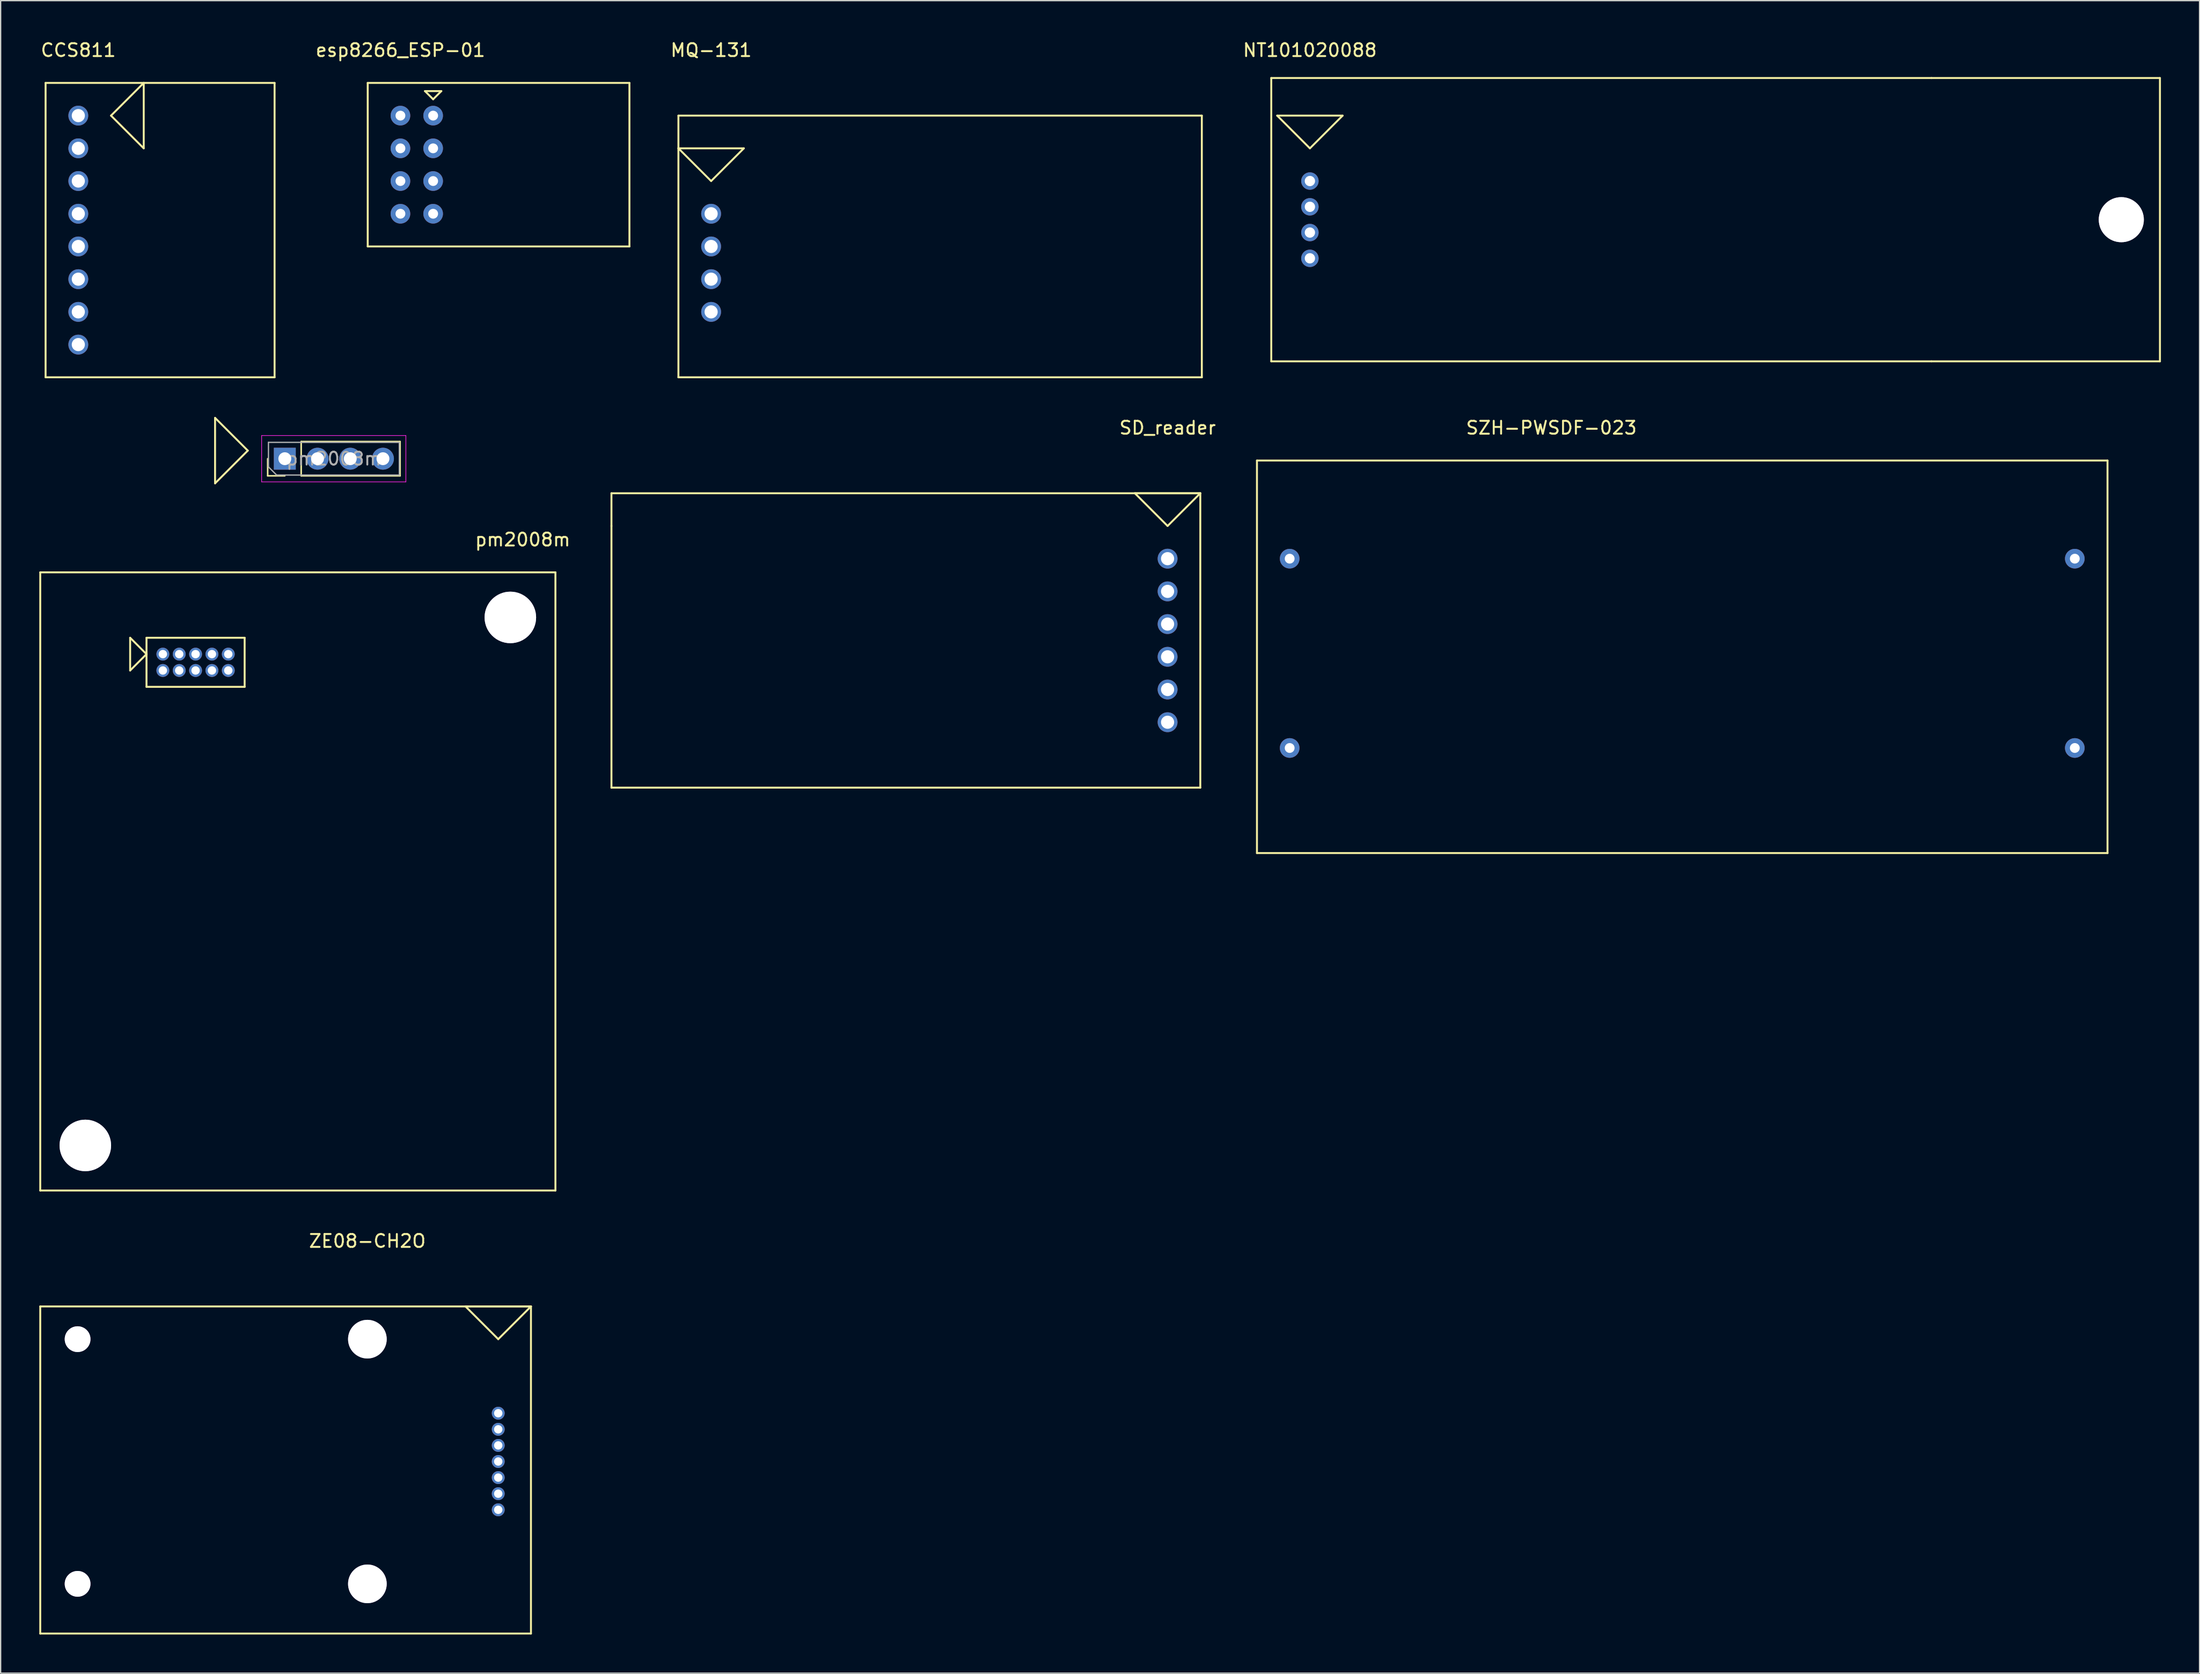
<source format=kicad_pcb>
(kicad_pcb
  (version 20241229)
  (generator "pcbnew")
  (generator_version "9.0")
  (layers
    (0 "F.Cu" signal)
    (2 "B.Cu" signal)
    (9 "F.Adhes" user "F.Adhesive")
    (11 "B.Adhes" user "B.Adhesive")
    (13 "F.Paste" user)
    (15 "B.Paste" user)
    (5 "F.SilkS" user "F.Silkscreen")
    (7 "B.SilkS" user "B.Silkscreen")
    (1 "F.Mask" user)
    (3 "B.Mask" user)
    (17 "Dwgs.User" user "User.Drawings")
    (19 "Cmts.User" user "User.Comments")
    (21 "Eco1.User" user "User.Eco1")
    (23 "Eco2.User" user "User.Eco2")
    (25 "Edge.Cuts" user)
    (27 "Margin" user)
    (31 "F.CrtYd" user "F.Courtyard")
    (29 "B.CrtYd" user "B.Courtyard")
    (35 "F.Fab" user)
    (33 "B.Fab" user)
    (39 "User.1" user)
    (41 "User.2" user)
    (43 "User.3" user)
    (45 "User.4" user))
  (footprint "SD_reader"
    (layer "F.Cu")
    (at 87.605 40.331)
    (property "Reference" "SD_reader" (at 0 -10.16 0) (layer "F.SilkS") (effects (font (size 1 1) (thickness 0.15))))
    (attr through_hole)
    (fp_line (start -43.18 -5.08) (end 2.54 -5.08) (stroke (width 0.15) (type solid)) (layer "F.SilkS"))
    (fp_line (start -43.18 -2.54) (end -43.18 -5.08) (stroke (width 0.15) (type solid)) (layer "F.SilkS"))
    (fp_line (start -43.18 17.78) (end -43.18 -2.54) (stroke (width 0.15) (type solid)) (layer "F.SilkS"))
    (fp_line (start -2.54 -5.08) (end 0 -2.54) (stroke (width 0.15) (type solid)) (layer "F.SilkS"))
    (fp_line (start 0 -2.54) (end 2.54 -5.08) (stroke (width 0.15) (type solid)) (layer "F.SilkS"))
    (fp_line (start 2.54 -5.08) (end -2.54 -5.08) (stroke (width 0.15) (type solid)) (layer "F.SilkS"))
    (fp_line (start 2.54 -5.08) (end 2.54 17.78) (stroke (width 0.15) (type solid)) (layer "F.SilkS"))
    (fp_line (start 2.54 17.78) (end -43.18 17.78) (stroke (width 0.15) (type solid)) (layer "F.SilkS"))
    (pad "1" thru_hole circle (at 0 0) (size 1.54 1.54) (drill 1.02) (layers "*.Cu" "*.Mask"))
    (pad "2" thru_hole circle (at 0 2.54) (size 1.54 1.54) (drill 1.02) (layers "*.Cu" "*.Mask"))
    (pad "3" thru_hole circle (at 0 5.08) (size 1.54 1.54) (drill 1.02) (layers "*.Cu" "*.Mask"))
    (pad "4" thru_hole circle (at 0 7.62) (size 1.54 1.54) (drill 1.02) (layers "*.Cu" "*.Mask"))
    (pad "5" thru_hole circle (at 0 10.16) (size 1.54 1.54) (drill 1.02) (layers "*.Cu" "*.Mask"))
    (pad "6" thru_hole circle (at 0 12.7) (size 1.54 1.54) (drill 1.02) (layers "*.Cu" "*.Mask")))
  (footprint "CCS811"
    (layer "F.Cu")
    (at 3.03 5.928)
    (property "Reference" "CCS811" (at 0 -5.08 0) (layer "F.SilkS") (effects (font (size 1 1) (thickness 0.15))))
    (attr through_hole)
    (fp_line (start -2.54 -2.54) (end 15.24 -2.54) (stroke (width 0.15) (type solid)) (layer "F.SilkS"))
    (fp_line (start -2.54 20.32) (end -2.54 -2.54) (stroke (width 0.15) (type solid)) (layer "F.SilkS"))
    (fp_line (start 2.54 0) (end 5.08 -2.54) (stroke (width 0.15) (type solid)) (layer "F.SilkS"))
    (fp_line (start 5.08 -2.54) (end 5.08 2.54) (stroke (width 0.15) (type solid)) (layer "F.SilkS"))
    (fp_line (start 5.08 2.54) (end 2.54 0) (stroke (width 0.15) (type solid)) (layer "F.SilkS"))
    (fp_line (start 15.24 -2.54) (end 15.24 20.32) (stroke (width 0.15) (type solid)) (layer "F.SilkS"))
    (fp_line (start 15.24 20.32) (end -2.54 20.32) (stroke (width 0.15) (type solid)) (layer "F.SilkS"))
    (pad "1" thru_hole circle (at 0 0) (size 1.54 1.54) (drill 1.02) (layers "*.Cu" "*.Mask"))
    (pad "2" thru_hole circle (at 0 2.54) (size 1.54 1.54) (drill 1.02) (layers "*.Cu" "*.Mask"))
    (pad "3" thru_hole circle (at 0 5.08) (size 1.54 1.54) (drill 1.02) (layers "*.Cu" "*.Mask"))
    (pad "4" thru_hole circle (at 0 7.62) (size 1.54 1.54) (drill 1.02) (layers "*.Cu" "*.Mask"))
    (pad "5" thru_hole circle (at 0 10.16) (size 1.54 1.54) (drill 1.02) (layers "*.Cu" "*.Mask"))
    (pad "6" thru_hole circle (at 0 12.7) (size 1.54 1.54) (drill 1.02) (layers "*.Cu" "*.Mask"))
    (pad "7" thru_hole circle (at 0 15.24) (size 1.54 1.54) (drill 1.02) (layers "*.Cu" "*.Mask"))
    (pad "8" thru_hole circle (at 0 17.78) (size 1.54 1.54) (drill 1.02) (layers "*.Cu" "*.Mask")))
  (footprint "MQ-131"
    (layer "F.Cu")
    (at 52.164 13.548)
    (property "Reference" "MQ-131" (at 0 -12.7 0) (layer "F.SilkS") (effects (font (size 1 1) (thickness 0.15))))
    (attr through_hole)
    (fp_line (start -2.54 -7.62) (end -2.54 12.7) (stroke (width 0.15) (type solid)) (layer "F.SilkS"))
    (fp_line (start -2.54 -5.08) (end 0 -2.54) (stroke (width 0.15) (type solid)) (layer "F.SilkS"))
    (fp_line (start -2.54 12.7) (end 38.1 12.7) (stroke (width 0.15) (type solid)) (layer "F.SilkS"))
    (fp_line (start 0 -2.54) (end 2.54 -5.08) (stroke (width 0.15) (type solid)) (layer "F.SilkS"))
    (fp_line (start 2.54 -5.08) (end -2.54 -5.08) (stroke (width 0.15) (type solid)) (layer "F.SilkS"))
    (fp_line (start 38.1 -7.62) (end -2.54 -7.62) (stroke (width 0.15) (type solid)) (layer "F.SilkS"))
    (fp_line (start 38.1 12.7) (end 38.1 -7.62) (stroke (width 0.15) (type solid)) (layer "F.SilkS"))
    (pad "1" thru_hole circle (at 0 0) (size 1.54 1.54) (drill 1.02) (layers "*.Cu" "*.Mask"))
    (pad "2" thru_hole circle (at 0 2.54) (size 1.54 1.54) (drill 1.02) (layers "*.Cu" "*.Mask"))
    (pad "3" thru_hole circle (at 0 5.08) (size 1.54 1.54) (drill 1.02) (layers "*.Cu" "*.Mask"))
    (pad "4" thru_hole circle (at 0 7.62) (size 1.54 1.54) (drill 1.02) (layers "*.Cu" "*.Mask")))
  (footprint "ZE08-CH2O"
    (layer "F.Cu")
    (at 25.475 100.936)
    (property "Reference" "ZE08-CH2O" (at 0 -7.62 0) (layer "F.SilkS") (effects (font (size 1 1) (thickness 0.15))))
    (attr through_hole)
    (fp_line (start -25.4 -2.54) (end -25.4 22.86) (stroke (width 0.15) (type solid)) (layer "F.SilkS"))
    (fp_line (start -25.4 22.86) (end 12.7 22.86) (stroke (width 0.15) (type solid)) (layer "F.SilkS"))
    (fp_line (start 7.62 -2.54) (end 10.16 0) (stroke (width 0.15) (type solid)) (layer "F.SilkS"))
    (fp_line (start 10.16 0) (end 12.7 -2.54) (stroke (width 0.15) (type solid)) (layer "F.SilkS"))
    (fp_line (start 12.7 -2.54) (end -25.4 -2.54) (stroke (width 0.15) (type solid)) (layer "F.SilkS"))
    (fp_line (start 12.7 -2.54) (end 7.62 -2.54) (stroke (width 0.15) (type solid)) (layer "F.SilkS"))
    (fp_line (start 12.7 22.86) (end 12.7 -2.54) (stroke (width 0.15) (type solid)) (layer "F.SilkS"))
    (pad "1" thru_hole circle (at 10.16 5.75) (size 1 1) (drill 0.65) (layers "*.Cu" "*.Mask"))
    (pad "2" thru_hole circle (at 10.16 7) (size 1 1) (drill 0.65) (layers "*.Cu" "*.Mask"))
    (pad "3" thru_hole circle (at 10.16 8.25) (size 1 1) (drill 0.65) (layers "*.Cu" "*.Mask"))
    (pad "4" thru_hole circle (at 10.16 9.5) (size 1 1) (drill 0.65) (layers "*.Cu" "*.Mask"))
    (pad "5" thru_hole circle (at 10.16 10.75) (size 1 1) (drill 0.65) (layers "*.Cu" "*.Mask"))
    (pad "6" thru_hole circle (at 10.16 12) (size 1 1) (drill 0.65) (layers "*.Cu" "*.Mask"))
    (pad "7" thru_hole circle (at 10.16 13.25) (size 1 1) (drill 0.65) (layers "*.Cu" "*.Mask"))
    (pad "8" thru_hole circle (at -22.5 0) (size 2 2) (drill 2) (layers "*.Cu" "*.Mask"))
    (pad "8" thru_hole circle (at -22.5 19) (size 2 2) (drill 2) (layers "*.Cu" "*.Mask"))
    (pad "8" thru_hole circle (at 0 0) (size 3 3) (drill 3) (layers "*.Cu" "*.Mask"))
    (pad "9" thru_hole circle (at 0 19) (size 3 3) (drill 3) (layers "*.Cu" "*.Mask")))
  (footprint "NT101020088"
    (layer "F.Cu")
    (at 98.655 11.008)
    (property "Reference" "NT101020088" (at 0 -10.16 0) (layer "F.SilkS") (effects (font (size 1 1) (thickness 0.15))))
    (attr through_hole)
    (fp_line (start -3 -8) (end 48.26 -8) (stroke (width 0.15) (type solid)) (layer "F.SilkS"))
    (fp_line (start -3 14) (end -3 -8) (stroke (width 0.15) (type solid)) (layer "F.SilkS"))
    (fp_line (start -2.54 -5.08) (end 0 -2.54) (stroke (width 0.15) (type solid)) (layer "F.SilkS"))
    (fp_line (start 0 -2.54) (end 2.54 -5.08) (stroke (width 0.15) (type solid)) (layer "F.SilkS"))
    (fp_line (start 2.54 -5.08) (end -2.54 -5.08) (stroke (width 0.15) (type solid)) (layer "F.SilkS"))
    (fp_line (start 48.26 -8) (end 66 -8) (stroke (width 0.15) (type solid)) (layer "F.SilkS"))
    (fp_line (start 48.26 14) (end -3 14) (stroke (width 0.15) (type solid)) (layer "F.SilkS"))
    (fp_line (start 66 -8) (end 66 14) (stroke (width 0.15) (type solid)) (layer "F.SilkS"))
    (fp_line (start 66 14) (end 48.26 14) (stroke (width 0.15) (type solid)) (layer "F.SilkS"))
    (pad "1" thru_hole circle (at 0 0) (size 1.35 1.35) (drill 0.8) (layers "*.Cu" "*.Mask"))
    (pad "2" thru_hole circle (at 0 2) (size 1.35 1.35) (drill 0.8) (layers "*.Cu" "*.Mask"))
    (pad "3" thru_hole circle (at 0 4) (size 1.35 1.35) (drill 0.8) (layers "*.Cu" "*.Mask"))
    (pad "4" thru_hole circle (at 0 6) (size 1.35 1.35) (drill 0.8) (layers "*.Cu" "*.Mask"))
    (pad "5" thru_hole circle (at 63 3) (size 3.5 3.5) (drill 3.5) (layers "*.Cu" "*.Mask")))
  (footprint "SZH-PWSDF-023"
    (layer "F.Cu")
    (at 97.084 40.331)
    (property "Reference" "SZH-PWSDF-023" (at 20.32 -10.16 0) (layer "F.SilkS") (effects (font (size 1 1) (thickness 0.15))))
    (attr through_hole)
    (fp_line (start -2.54 -7.62) (end -2.54 22.86) (stroke (width 0.15) (type solid)) (layer "F.SilkS"))
    (fp_line (start -2.54 22.86) (end 63.5 22.86) (stroke (width 0.15) (type solid)) (layer "F.SilkS"))
    (fp_line (start 63.5 -7.62) (end -2.54 -7.62) (stroke (width 0.15) (type solid)) (layer "F.SilkS"))
    (fp_line (start 63.5 22.86) (end 63.5 -7.62) (stroke (width 0.15) (type solid)) (layer "F.SilkS"))
    (pad "1" thru_hole circle (at 0 0) (size 1.524 1.524) (drill 0.762) (layers "*.Cu" "*.Mask"))
    (pad "2" thru_hole circle (at 0 14.7) (size 1.524 1.524) (drill 0.762) (layers "*.Cu" "*.Mask"))
    (pad "3" thru_hole circle (at 60.96 0) (size 1.524 1.524) (drill 0.762) (layers "*.Cu" "*.Mask"))
    (pad "4" thru_hole circle (at 60.96 14.7) (size 1.524 1.524) (drill 0.762) (layers "*.Cu" "*.Mask")))
  (footprint "pm2008m"
    (layer "F.Cu")
    (at 40.075 41.393)
    (property "Reference" "pm2008m" (at -2.54 -2.54 0) (layer "F.SilkS") (effects (font (size 1 1) (thickness 0.15))))
    (attr through_hole)
    (fp_line (start -40 48) (end -40 0) (stroke (width 0.15) (type solid)) (layer "F.SilkS"))
    (fp_line (start -33.02 5.08) (end -31.75 6.35) (stroke (width 0.15) (type solid)) (layer "F.SilkS"))
    (fp_line (start -33.02 7.62) (end -33.02 5.08) (stroke (width 0.15) (type solid)) (layer "F.SilkS"))
    (fp_line (start -31.75 5.08) (end -24.13 5.08) (stroke (width 0.15) (type solid)) (layer "F.SilkS"))
    (fp_line (start -31.75 6.35) (end -33.02 7.62) (stroke (width 0.15) (type solid)) (layer "F.SilkS"))
    (fp_line (start -31.75 8.89) (end -31.75 5.08) (stroke (width 0.15) (type solid)) (layer "F.SilkS"))
    (fp_line (start -26.426 -11.994) (end -26.426 -6.914) (stroke (width 0.15) (type solid)) (layer "F.SilkS"))
    (fp_line (start -26.426 -6.914) (end -23.886 -9.454) (stroke (width 0.15) (type solid)) (layer "F.SilkS"))
    (fp_line (start -24.13 5.08) (end -24.13 8.89) (stroke (width 0.15) (type solid)) (layer "F.SilkS"))
    (fp_line (start -24.13 8.89) (end -31.75 8.89) (stroke (width 0.15) (type solid)) (layer "F.SilkS"))
    (fp_line (start -23.886 -9.454) (end -26.426 -11.994) (stroke (width 0.15) (type solid)) (layer "F.SilkS"))
    (fp_line (start -22.341 -7.495) (end -22.341 -8.825) (stroke (width 0.12) (type solid)) (layer "F.SilkS"))
    (fp_line (start -21.011 -7.495) (end -22.341 -7.495) (stroke (width 0.12) (type solid)) (layer "F.SilkS"))
    (fp_line (start -19.741 -10.155) (end -12.061 -10.155) (stroke (width 0.12) (type solid)) (layer "F.SilkS"))
    (fp_line (start -19.741 -7.495) (end -19.741 -10.155) (stroke (width 0.12) (type solid)) (layer "F.SilkS"))
    (fp_line (start -19.741 -7.495) (end -12.061 -7.495) (stroke (width 0.12) (type solid)) (layer "F.SilkS"))
    (fp_line (start -12.061 -7.495) (end -12.061 -10.155) (stroke (width 0.12) (type solid)) (layer "F.SilkS"))
    (fp_line (start 0 0) (end -40 0) (stroke (width 0.15) (type solid)) (layer "F.SilkS"))
    (fp_line (start 0 0) (end 0 48) (stroke (width 0.15) (type solid)) (layer "F.SilkS"))
    (fp_line (start 0 48) (end -40 48) (stroke (width 0.15) (type solid)) (layer "F.SilkS"))
    (fp_line (start -22.811 -10.625) (end -22.811 -7.025) (stroke (width 0.05) (type solid)) (layer "F.CrtYd"))
    (fp_line (start -22.811 -7.025) (end -11.611 -7.025) (stroke (width 0.05) (type solid)) (layer "F.CrtYd"))
    (fp_line (start -11.611 -10.625) (end -22.811 -10.625) (stroke (width 0.05) (type solid)) (layer "F.CrtYd"))
    (fp_line (start -11.611 -7.025) (end -11.611 -10.625) (stroke (width 0.05) (type solid)) (layer "F.CrtYd"))
    (fp_line (start -22.281 -10.095) (end -12.121 -10.095) (stroke (width 0.1) (type solid)) (layer "F.Fab"))
    (fp_line (start -22.281 -8.19) (end -22.281 -10.095) (stroke (width 0.1) (type solid)) (layer "F.Fab"))
    (fp_line (start -21.646 -7.555) (end -22.281 -8.19) (stroke (width 0.1) (type solid)) (layer "F.Fab"))
    (fp_line (start -12.121 -10.095) (end -12.121 -7.555) (stroke (width 0.1) (type solid)) (layer "F.Fab"))
    (fp_line (start -12.121 -7.555) (end -21.646 -7.555) (stroke (width 0.1) (type solid)) (layer "F.Fab"))
    (fp_text user "${REFERENCE}" (at -17.201 -8.825 180) (layer "F.Fab") (effects (font (size 1 1) (thickness 0.15))))
    (pad "1" thru_hole circle (at -30.48 6.35) (size 1 1) (drill 0.65) (layers "*.Cu" "*.Mask"))
    (pad "2" thru_hole circle (at -30.48 7.62) (size 1 1) (drill 0.65) (layers "*.Cu" "*.Mask"))
    (pad "3" thru_hole circle (at -29.21 6.35) (size 1 1) (drill 0.65) (layers "*.Cu" "*.Mask"))
    (pad "4" thru_hole circle (at -29.21 7.62) (size 1 1) (drill 0.65) (layers "*.Cu" "*.Mask"))
    (pad "5" thru_hole circle (at -27.94 6.35) (size 1 1) (drill 0.65) (layers "*.Cu" "*.Mask"))
    (pad "6" thru_hole circle (at -27.94 7.62) (size 1 1) (drill 0.65) (layers "*.Cu" "*.Mask"))
    (pad "7" thru_hole circle (at -26.67 6.35) (size 1 1) (drill 0.65) (layers "*.Cu" "*.Mask"))
    (pad "8" thru_hole circle (at -26.67 7.62) (size 1 1) (drill 0.65) (layers "*.Cu" "*.Mask"))
    (pad "9" thru_hole circle (at -25.4 6.35) (size 1 1) (drill 0.65) (layers "*.Cu" "*.Mask"))
    (pad "10" thru_hole circle (at -25.4 7.62) (size 1 1) (drill 0.65) (layers "*.Cu" "*.Mask"))
    (pad "11" thru_hole rect (at -21.011 -8.825 90) (size 1.7 1.7) (drill 1) (layers "*.Cu" "*.Mask"))
    (pad "12" thru_hole oval (at -18.471 -8.825 90) (size 1.7 1.7) (drill 1) (layers "*.Cu" "*.Mask"))
    (pad "13" thru_hole oval (at -15.931 -8.825 90) (size 1.7 1.7) (drill 1) (layers "*.Cu" "*.Mask"))
    (pad "14" thru_hole oval (at -13.391 -8.825 90) (size 1.7 1.7) (drill 1) (layers "*.Cu" "*.Mask"))
    (pad "21" thru_hole circle (at -3.5 3.5) (size 4 4) (drill 4) (layers "*.Cu" "*.Mask"))
    (pad "22" thru_hole circle (at -36.5 44.5) (size 4 4) (drill 4) (layers "*.Cu" "*.Mask")))
  (footprint "esp8266_ESP-01"
    (layer "F.Cu")
    (at 28.041 5.928)
    (property "Reference" "esp8266_ESP-01" (at 0 -5.08 0) (layer "F.SilkS") (effects (font (size 1 1) (thickness 0.15))))
    (attr through_hole)
    (fp_line (start -2.54 -2.54) (end -2.54 10.16) (stroke (width 0.15) (type solid)) (layer "F.SilkS"))
    (fp_line (start -2.54 10.16) (end 17.78 10.16) (stroke (width 0.15) (type solid)) (layer "F.SilkS"))
    (fp_line (start 1.905 -1.905) (end 2.54 -1.27) (stroke (width 0.15) (type solid)) (layer "F.SilkS"))
    (fp_line (start 2.54 -1.27) (end 3.175 -1.905) (stroke (width 0.15) (type solid)) (layer "F.SilkS"))
    (fp_line (start 3.175 -1.905) (end 1.905 -1.905) (stroke (width 0.15) (type solid)) (layer "F.SilkS"))
    (fp_line (start 17.78 -2.54) (end -2.54 -2.54) (stroke (width 0.15) (type solid)) (layer "F.SilkS"))
    (fp_line (start 17.78 10.16) (end 17.78 -2.54) (stroke (width 0.15) (type solid)) (layer "F.SilkS"))
    (pad "1" thru_hole circle (at 2.54 0) (size 1.524 1.524) (drill 0.762) (layers "*.Cu" "*.Mask"))
    (pad "2" thru_hole circle (at 0 0) (size 1.524 1.524) (drill 0.762) (layers "*.Cu" "*.Mask"))
    (pad "3" thru_hole circle (at 2.54 2.54) (size 1.524 1.524) (drill 0.762) (layers "*.Cu" "*.Mask"))
    (pad "4" thru_hole circle (at 0 2.54) (size 1.524 1.524) (drill 0.762) (layers "*.Cu" "*.Mask"))
    (pad "5" thru_hole circle (at 2.54 5.08) (size 1.524 1.524) (drill 0.762) (layers "*.Cu" "*.Mask"))
    (pad "6" thru_hole circle (at 0 5.08) (size 1.524 1.524) (drill 0.762) (layers "*.Cu" "*.Mask"))
    (pad "7" thru_hole circle (at 2.54 7.62) (size 1.524 1.524) (drill 0.762) (layers "*.Cu" "*.Mask"))
    (pad "8" thru_hole circle (at 0 7.62) (size 1.524 1.524) (drill 0.762) (layers "*.Cu" "*.Mask")))
  (gr_rect
    (start -3 -3)
    (end 167.73 126.871)
    (stroke (width 0.1) (type default))
    (fill no)
    (layer "Edge.Cuts")))
</source>
